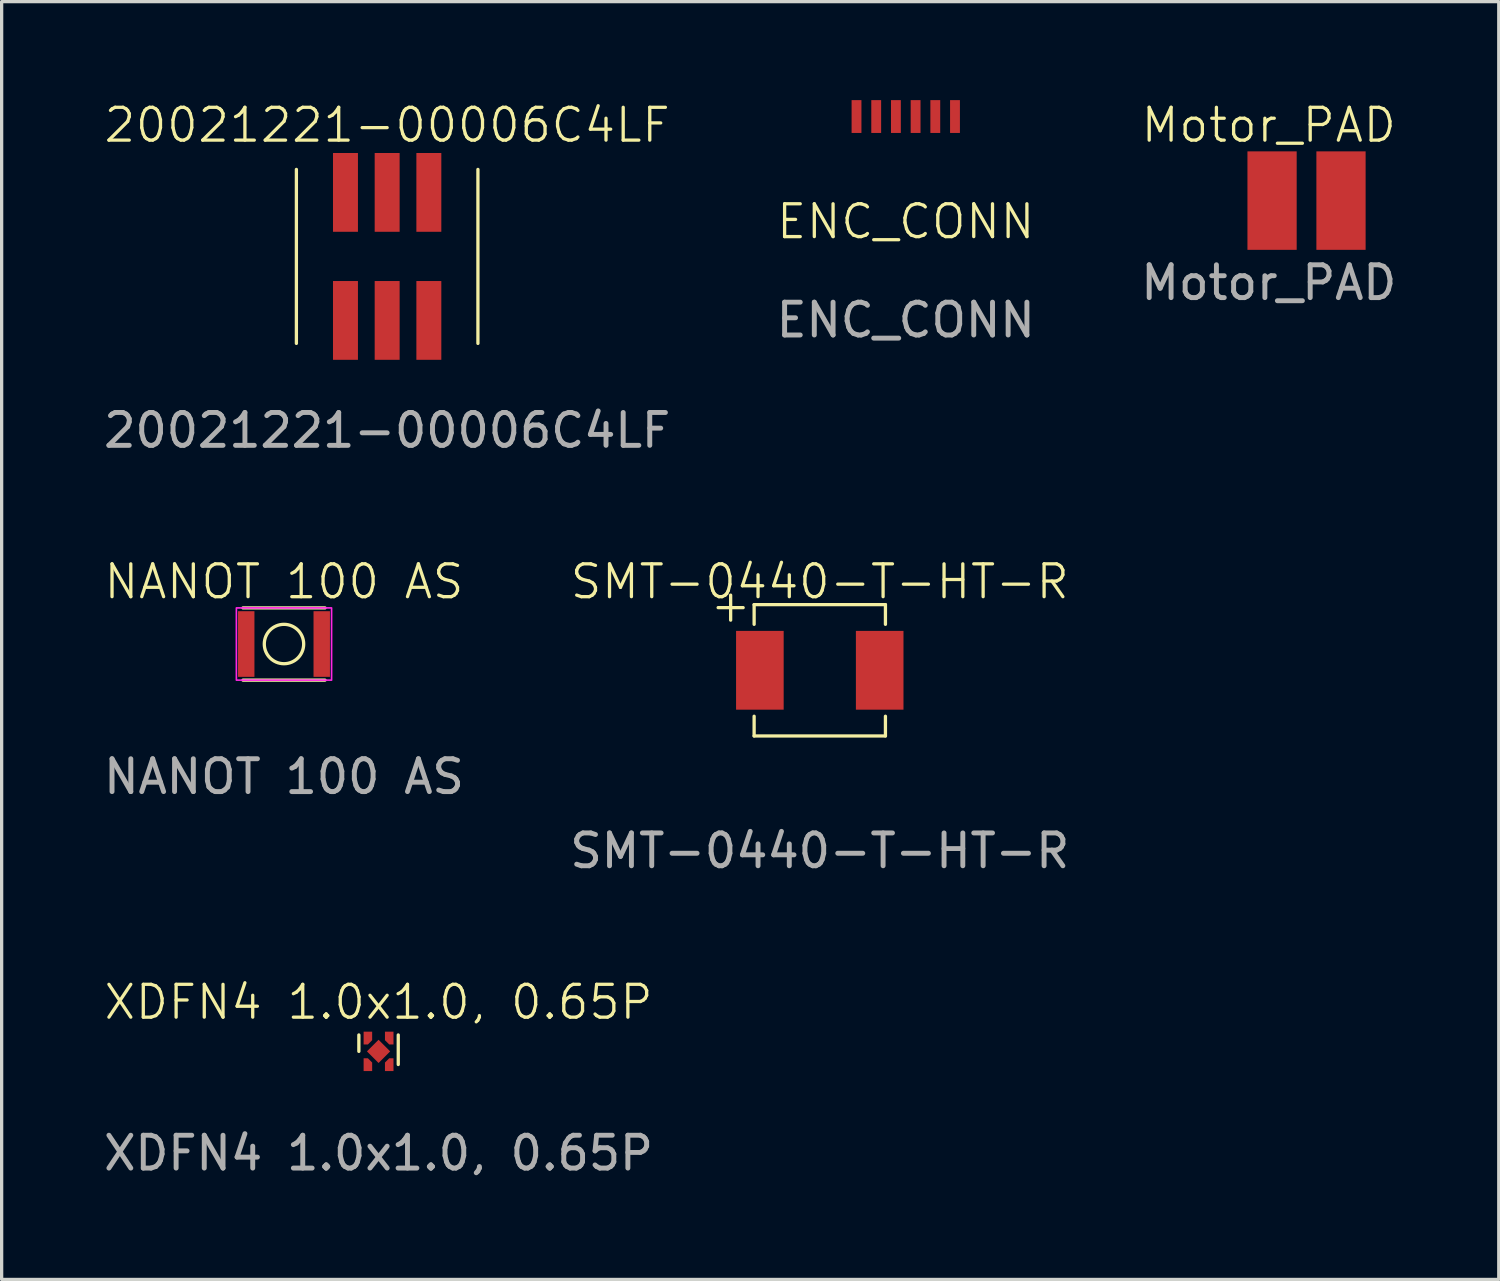
<source format=kicad_pcb>
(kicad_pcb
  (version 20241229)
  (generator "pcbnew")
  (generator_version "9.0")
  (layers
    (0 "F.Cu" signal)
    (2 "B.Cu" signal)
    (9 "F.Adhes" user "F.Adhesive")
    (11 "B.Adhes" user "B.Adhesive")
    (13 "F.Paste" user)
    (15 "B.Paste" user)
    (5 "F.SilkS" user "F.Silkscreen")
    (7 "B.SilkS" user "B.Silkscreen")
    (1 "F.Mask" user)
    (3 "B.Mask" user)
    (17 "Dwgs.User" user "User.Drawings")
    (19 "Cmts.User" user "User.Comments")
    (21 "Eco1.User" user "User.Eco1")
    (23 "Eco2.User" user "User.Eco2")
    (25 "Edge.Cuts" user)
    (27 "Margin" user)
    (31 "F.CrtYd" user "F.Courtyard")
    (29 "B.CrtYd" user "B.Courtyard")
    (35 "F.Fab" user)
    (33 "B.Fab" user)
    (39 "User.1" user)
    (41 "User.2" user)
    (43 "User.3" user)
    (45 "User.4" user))
  (footprint "SMT-0440-T-HT-R"
    (layer "F.Cu")
    (at 21.923 17.369)
    (property "Reference" "SMT-0440-T-HT-R" (at 0 -2.7 0) (unlocked yes) (layer "F.SilkS") (effects (font (size 1 1) (thickness 0.1))))
    (attr smd)
    (fp_line (start -2 -2) (end -2 -1.4) (stroke (width 0.1) (type default)) (layer "F.SilkS"))
    (fp_line (start -2 -2) (end 2 -2) (stroke (width 0.1) (type default)) (layer "F.SilkS"))
    (fp_line (start -2 2) (end -2 1.4) (stroke (width 0.1) (type default)) (layer "F.SilkS"))
    (fp_line (start -2 2) (end 2 2) (stroke (width 0.1) (type default)) (layer "F.SilkS"))
    (fp_line (start 2 -2) (end 2 -1.4) (stroke (width 0.1) (type default)) (layer "F.SilkS"))
    (fp_line (start 2 2) (end 2 1.4) (stroke (width 0.1) (type default)) (layer "F.SilkS"))
    (fp_text user "+" (at -3.4 -1.4 0) (unlocked yes) (layer "F.SilkS") (effects (font (size 1 1) (thickness 0.1)) (justify left bottom)))
    (fp_text user "${REFERENCE}" (at 0 5.5 0) (unlocked yes) (layer "F.Fab") (effects (font (size 1 1) (thickness 0.15))))
    (pad "1" smd rect (at -1.825 0) (size 1.45 2.4) (layers "F.Cu" "F.Mask" "F.Paste"))
    (pad "2" smd rect (at 1.825 0) (size 1.45 2.4) (layers "F.Cu" "F.Mask" "F.Paste")))
  (footprint "NANOT 100 AS"
    (layer "F.Cu")
    (at 5.601 16.569)
    (property "Reference" "NANOT 100 AS" (at 0 -1.9 0) (unlocked yes) (layer "F.SilkS") (effects (font (size 1 1) (thickness 0.1))))
    (attr smd)
    (fp_line (start -1.25 1.1) (end 1.25 1.1) (stroke (width 0.1) (type default)) (layer "F.SilkS"))
    (fp_line (start 1.25 -1.1) (end -1.25 -1.1) (stroke (width 0.1) (type default)) (layer "F.SilkS"))
    (fp_circle (center 0 0) (end 0 0.6) (stroke (width 0.1) (type default)) (fill no) (layer "F.SilkS"))
    (fp_rect (start -1.45 -1.1) (end 1.45 1.1) (stroke (width 0.05) (type default)) (fill no) (layer "F.CrtYd"))
    (fp_text user "${REFERENCE}" (at 0 4.04 0) (unlocked yes) (layer "F.Fab") (effects (font (size 1 1) (thickness 0.15))))
    (pad "1" smd rect (at -1.15 0) (size 0.5 2) (layers "F.Cu" "F.Mask" "F.Paste"))
    (pad "2" smd rect (at 1.15 0) (size 0.5 2) (layers "F.Cu" "F.Mask" "F.Paste"))
    (zone (net_name "") (layer "F.Cu") (hatch edge 0.5) (connect_pads) (min_thickness 0.25) (filled_areas_thickness no) (keepout (tracks allowed) (vias not_allowed) (pads not_allowed) (copperpour allowed) (footprints allowed)) (placement (enabled no)) (fill) (polygon (pts (xy 4.801 15.569) (xy 6.401 15.569) (xy 6.401 17.569) (xy 4.801 17.569)))))
  (footprint "XDFN4 1.0x1.0, 0.65P"
    (layer "F.Cu")
    (at 8.482 28.978)
    (property "Reference" "XDFN4 1.0x1.0, 0.65P" (at 0 -1.5 0) (unlocked yes) (layer "F.SilkS") (effects (font (size 1 1) (thickness 0.1))))
    (attr smd)
    (fp_line (start -0.6 -0.5) (end -0.6 0) (stroke (width 0.1) (type default)) (layer "F.SilkS"))
    (fp_line (start 0.6 -0.5) (end 0.6 0.4) (stroke (width 0.1) (type default)) (layer "F.SilkS"))
    (fp_text user "${REFERENCE}" (at 0 3.1 0) (unlocked yes) (layer "F.Fab") (effects (font (size 1 1) (thickness 0.15))))
    (pad "1" smd roundrect (at -0.325 0.405) (size 0.26 0.39) (layers "F.Cu" "F.Mask" "F.Paste") (roundrect_rratio 0) (chamfer_ratio 0.5) (chamfer top_right))
    (pad "2" smd rect (at 0 0 45) (size 0.5 0.5) (layers "F.Cu" "F.Mask" "F.Paste"))
    (pad "2" smd roundrect (at 0.325 0.405) (size 0.26 0.39) (layers "F.Cu" "F.Mask" "F.Paste") (roundrect_rratio 0) (chamfer_ratio 0.5) (chamfer top_left))
    (pad "3" smd roundrect (at 0.325 -0.405) (size 0.26 0.39) (layers "F.Cu" "F.Mask" "F.Paste") (roundrect_rratio 0) (chamfer_ratio 0.5) (chamfer bottom_left))
    (pad "4" smd roundrect (at -0.325 -0.405) (size 0.26 0.39) (layers "F.Cu" "F.Mask" "F.Paste") (roundrect_rratio 0) (chamfer_ratio 0.5) (chamfer bottom_right)))
  (footprint "ENC_CONN"
    (layer "F.Cu")
    (at 24.542 0.5)
    (property "Reference" "ENC_CONN" (at 0 3.2 0) (unlocked yes) (layer "F.SilkS") (effects (font (size 1 1) (thickness 0.1))))
    (attr smd)
    (fp_text user "${REFERENCE}" (at 0 6.2 0) (unlocked yes) (layer "F.Fab") (effects (font (size 1 1) (thickness 0.15))))
    (pad "1" smd rect (at -1.5 0 90) (size 1 0.3) (layers "F.Cu" "F.Mask" "F.Paste"))
    (pad "2" smd rect (at -0.9 0 90) (size 1 0.3) (layers "F.Cu" "F.Mask" "F.Paste"))
    (pad "3" smd rect (at -0.3 0 90) (size 1 0.3) (layers "F.Cu" "F.Mask" "F.Paste"))
    (pad "4" smd rect (at 0.3 0 90) (size 1 0.3) (layers "F.Cu" "F.Mask" "F.Paste"))
    (pad "5" smd rect (at 0.9 0 90) (size 1 0.3) (layers "F.Cu" "F.Mask" "F.Paste"))
    (pad "6" smd rect (at 1.5 0 90) (size 1 0.3) (layers "F.Cu" "F.Mask" "F.Paste")))
  (footprint "Motor_PAD"
    (layer "F.Cu")
    (at 35.601 3.061)
    (property "Reference" "Motor_PAD" (at 0 -2.3 0) (unlocked yes) (layer "F.SilkS") (effects (font (size 1 1) (thickness 0.1))))
    (attr smd)
    (fp_text user "${REFERENCE}" (at 0 2.5 0) (unlocked yes) (layer "F.Fab") (effects (font (size 1 1) (thickness 0.15))))
    (pad "1" smd rect (at 0.1 0) (size 1.5 3) (layers "F.Cu" "F.Mask" "F.Paste"))
    (pad "2" smd rect (at 2.2 0) (size 1.5 3) (layers "F.Cu" "F.Mask" "F.Paste")))
  (footprint "20021221-00006C4LF"
    (layer "F.Cu")
    (at 8.744 4.761)
    (property "Reference" "20021221-00006C4LF" (at 0 -4 0) (unlocked yes) (layer "F.SilkS") (effects (font (size 1 1) (thickness 0.1))))
    (attr smd)
    (fp_line (start -2.765 -2.65) (end -2.765 2.65) (stroke (width 0.1) (type default)) (layer "F.SilkS"))
    (fp_line (start 2.765 -2.65) (end 2.765 2.65) (stroke (width 0.1) (type default)) (layer "F.SilkS"))
    (fp_text user "${REFERENCE}" (at 0 5.3 0) (unlocked yes) (layer "F.Fab") (effects (font (size 1 1) (thickness 0.15))))
    (pad "1" smd rect (at -1.27 1.95) (size 0.76 2.4) (layers "F.Cu" "F.Mask" "F.Paste"))
    (pad "2" smd rect (at -1.27 -1.95) (size 0.76 2.4) (layers "F.Cu" "F.Mask" "F.Paste"))
    (pad "3" smd rect (at 0 1.95) (size 0.76 2.4) (layers "F.Cu" "F.Mask" "F.Paste"))
    (pad "4" smd rect (at 0 -1.95) (size 0.76 2.4) (layers "F.Cu" "F.Mask" "F.Paste"))
    (pad "5" smd rect (at 1.27 1.95) (size 0.76 2.4) (layers "F.Cu" "F.Mask" "F.Paste"))
    (pad "6" smd rect (at 1.27 -1.95) (size 0.76 2.4) (layers "F.Cu" "F.Mask" "F.Paste")))
  (gr_rect
    (start -3 -3)
    (end 42.607 35.926)
    (stroke (width 0.1) (type default))
    (fill no)
    (layer "Edge.Cuts")))
</source>
